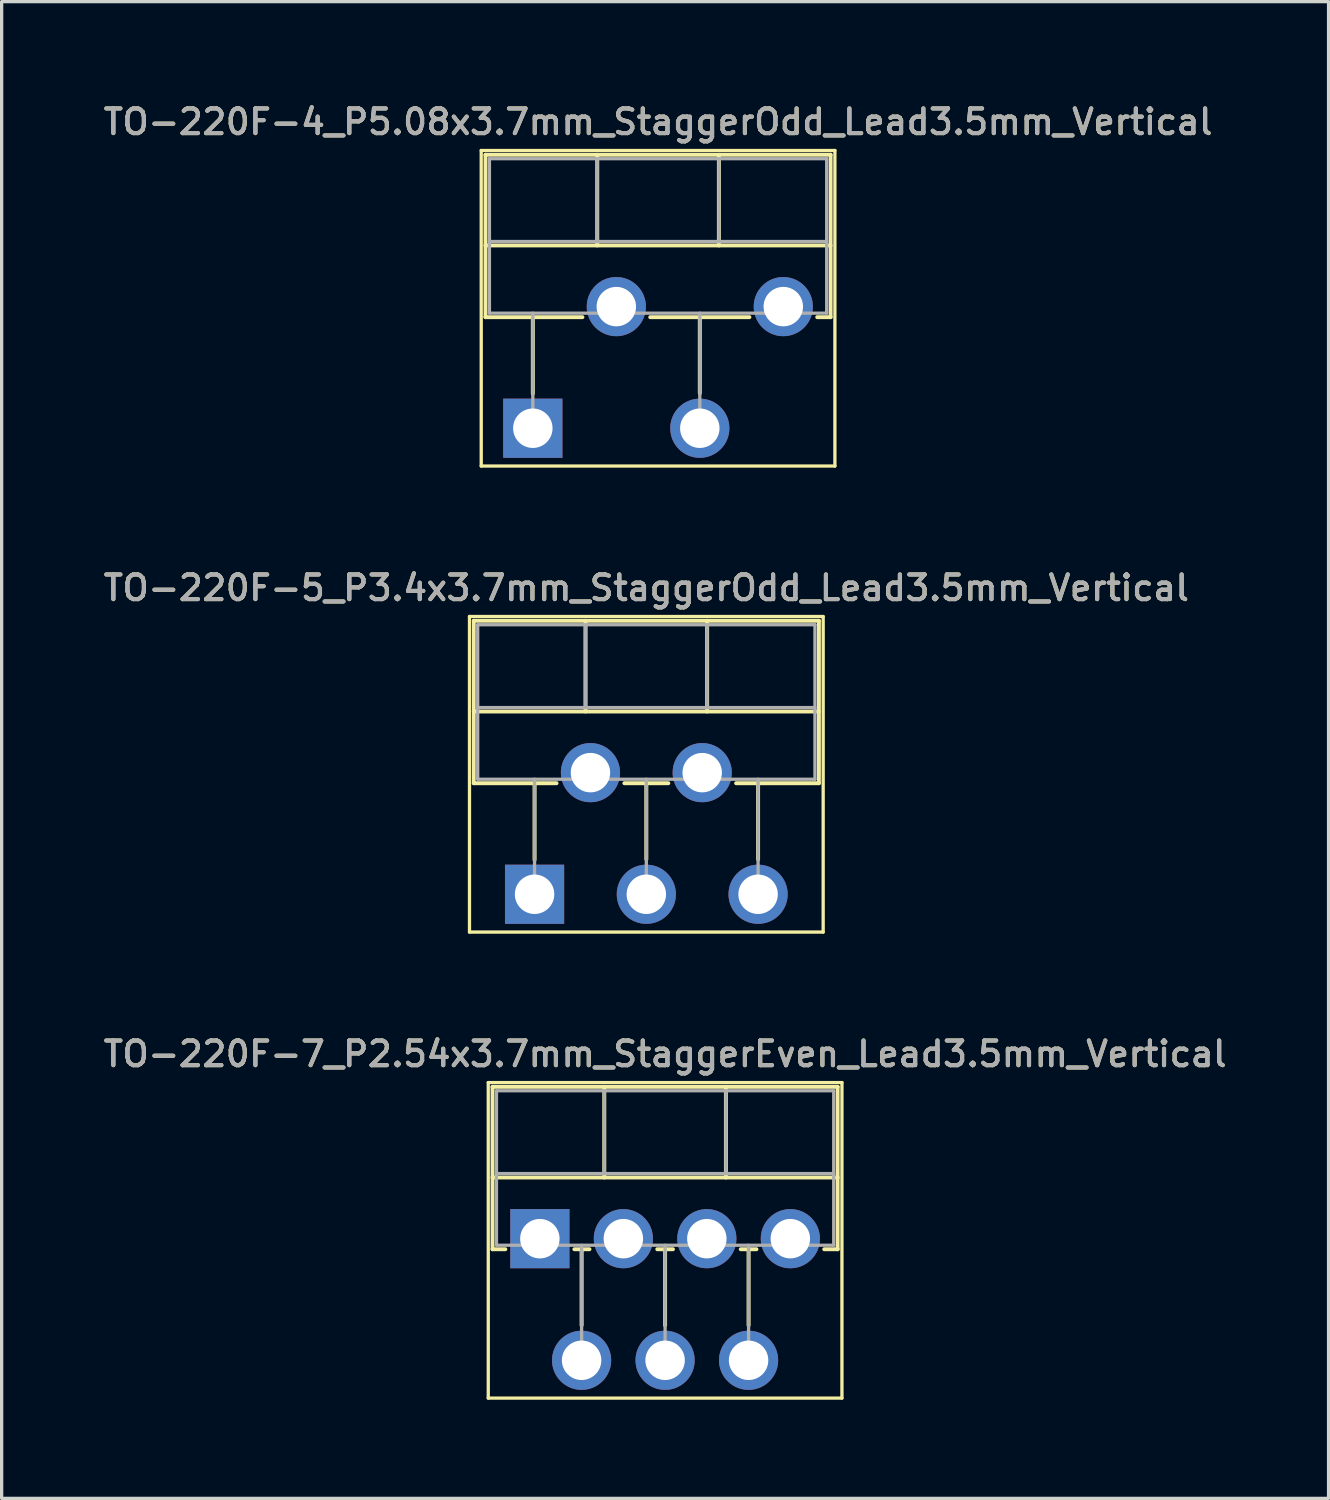
<source format=kicad_pcb>
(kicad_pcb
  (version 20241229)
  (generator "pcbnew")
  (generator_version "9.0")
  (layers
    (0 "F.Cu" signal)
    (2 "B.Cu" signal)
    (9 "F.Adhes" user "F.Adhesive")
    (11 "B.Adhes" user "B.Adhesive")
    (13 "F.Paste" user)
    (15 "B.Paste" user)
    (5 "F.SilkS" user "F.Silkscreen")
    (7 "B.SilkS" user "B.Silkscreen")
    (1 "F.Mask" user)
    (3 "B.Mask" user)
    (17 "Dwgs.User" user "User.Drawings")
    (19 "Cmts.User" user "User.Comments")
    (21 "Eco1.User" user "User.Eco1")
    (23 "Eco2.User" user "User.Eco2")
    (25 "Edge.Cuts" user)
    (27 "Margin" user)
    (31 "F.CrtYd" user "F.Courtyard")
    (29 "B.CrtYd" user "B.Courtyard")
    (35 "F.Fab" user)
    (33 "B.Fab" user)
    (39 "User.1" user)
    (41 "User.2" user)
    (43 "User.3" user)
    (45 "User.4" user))
  (footprint "TO-220F-5_P3.4x3.7mm_StaggerOdd_Lead3.5mm_Vertical"
    (layer "F.Cu")
    (at 13.213 24.156)
    (property "Reference" "TO-220F-5_P3.4x3.7mm_StaggerOdd_Lead3.5mm_Vertical" (at 3.4 -9.32 0) (layer "F.SilkS") (effects (font (size 0.75 0.75) (thickness 0.125))))
    (attr through_hole)
    (fp_line (start -1.98 -8.45) (end -1.98 1.15) (stroke (width 0.1) (type solid)) (layer "F.SilkS"))
    (fp_line (start -1.98 1.15) (end 8.78 1.15) (stroke (width 0.1) (type solid)) (layer "F.SilkS"))
    (fp_line (start -1.85 -8.32) (end -1.85 -3.379) (stroke (width 0.12) (type solid)) (layer "F.SilkS"))
    (fp_line (start -1.85 -8.32) (end 8.65 -8.32) (stroke (width 0.12) (type solid)) (layer "F.SilkS"))
    (fp_line (start -1.85 -5.561) (end 8.65 -5.561) (stroke (width 0.12) (type solid)) (layer "F.SilkS"))
    (fp_line (start -1.85 -3.379) (end 0.669 -3.379) (stroke (width 0.12) (type solid)) (layer "F.SilkS"))
    (fp_line (start 0 -3.379) (end 0 -1.049) (stroke (width 0.12) (type solid)) (layer "F.SilkS"))
    (fp_line (start 1.55 -8.32) (end 1.55 -5.561) (stroke (width 0.12) (type solid)) (layer "F.SilkS"))
    (fp_line (start 2.732 -3.379) (end 4.069 -3.379) (stroke (width 0.12) (type solid)) (layer "F.SilkS"))
    (fp_line (start 3.4 -3.379) (end 3.4 -1.065) (stroke (width 0.12) (type solid)) (layer "F.SilkS"))
    (fp_line (start 5.25 -8.32) (end 5.25 -5.561) (stroke (width 0.12) (type solid)) (layer "F.SilkS"))
    (fp_line (start 6.132 -3.379) (end 8.65 -3.379) (stroke (width 0.12) (type solid)) (layer "F.SilkS"))
    (fp_line (start 6.8 -3.379) (end 6.8 -1.065) (stroke (width 0.12) (type solid)) (layer "F.SilkS"))
    (fp_line (start 8.65 -8.32) (end 8.65 -3.379) (stroke (width 0.12) (type solid)) (layer "F.SilkS"))
    (fp_line (start 8.78 -8.45) (end -1.98 -8.45) (stroke (width 0.1) (type solid)) (layer "F.SilkS"))
    (fp_line (start 8.78 1.15) (end 8.78 -8.45) (stroke (width 0.1) (type solid)) (layer "F.SilkS"))
    (fp_line (start -1.73 -8.2) (end -1.73 -3.5) (stroke (width 0.1) (type solid)) (layer "F.Fab"))
    (fp_line (start -1.73 -5.68) (end 8.53 -5.68) (stroke (width 0.1) (type solid)) (layer "F.Fab"))
    (fp_line (start -1.73 -3.5) (end 8.53 -3.5) (stroke (width 0.1) (type solid)) (layer "F.Fab"))
    (fp_line (start 0 -3.5) (end 0 0) (stroke (width 0.1) (type solid)) (layer "F.Fab"))
    (fp_line (start 1.55 -8.2) (end 1.55 -5.68) (stroke (width 0.1) (type solid)) (layer "F.Fab"))
    (fp_line (start 3.4 -3.5) (end 3.4 0) (stroke (width 0.1) (type solid)) (layer "F.Fab"))
    (fp_line (start 5.25 -8.2) (end 5.25 -5.68) (stroke (width 0.1) (type solid)) (layer "F.Fab"))
    (fp_line (start 6.8 -3.5) (end 6.8 0) (stroke (width 0.1) (type solid)) (layer "F.Fab"))
    (fp_line (start 8.53 -8.2) (end -1.73 -8.2) (stroke (width 0.1) (type solid)) (layer "F.Fab"))
    (fp_line (start 8.53 -3.5) (end 8.53 -8.2) (stroke (width 0.1) (type solid)) (layer "F.Fab"))
    (fp_text user "${REFERENCE}" (at 3.4 -9.32 0) (layer "F.Fab") (effects (font (size 0.75 0.75) (thickness 0.125))))
    (pad "1" thru_hole rect (at 0 0) (size 1.8 1.8) (drill 1.2) (layers "*.Cu" "*.Mask"))
    (pad "2" thru_hole oval (at 1.7 -3.7) (size 1.8 1.8) (drill 1.2) (layers "*.Cu" "*.Mask"))
    (pad "3" thru_hole oval (at 3.4 0) (size 1.8 1.8) (drill 1.2) (layers "*.Cu" "*.Mask"))
    (pad "4" thru_hole oval (at 5.1 -3.7) (size 1.8 1.8) (drill 1.2) (layers "*.Cu" "*.Mask"))
    (pad "5" thru_hole oval (at 6.8 0) (size 1.8 1.8) (drill 1.2) (layers "*.Cu" "*.Mask")))
  (footprint "TO-220F-7_P2.54x3.7mm_StaggerEven_Lead3.5mm_Vertical"
    (layer "F.Cu")
    (at 13.374 34.634)
    (property "Reference" "TO-220F-7_P2.54x3.7mm_StaggerEven_Lead3.5mm_Vertical" (at 3.81 -5.62 0) (layer "F.SilkS") (effects (font (size 0.75 0.75) (thickness 0.125))))
    (attr through_hole)
    (fp_line (start -1.57 -4.75) (end -1.57 4.85) (stroke (width 0.1) (type solid)) (layer "F.SilkS"))
    (fp_line (start -1.57 4.85) (end 9.19 4.85) (stroke (width 0.1) (type solid)) (layer "F.SilkS"))
    (fp_line (start -1.44 -4.62) (end -1.44 0.321) (stroke (width 0.12) (type solid)) (layer "F.SilkS"))
    (fp_line (start -1.44 -4.62) (end 9.06 -4.62) (stroke (width 0.12) (type solid)) (layer "F.SilkS"))
    (fp_line (start -1.44 -1.861) (end 9.06 -1.861) (stroke (width 0.12) (type solid)) (layer "F.SilkS"))
    (fp_line (start -1.44 0.321) (end -1.05 0.321) (stroke (width 0.12) (type solid)) (layer "F.SilkS"))
    (fp_line (start 1.05 0.321) (end 1.509 0.321) (stroke (width 0.12) (type solid)) (layer "F.SilkS"))
    (fp_line (start 1.27 0.321) (end 1.27 2.635) (stroke (width 0.12) (type solid)) (layer "F.SilkS"))
    (fp_line (start 1.96 -4.62) (end 1.96 -1.861) (stroke (width 0.12) (type solid)) (layer "F.SilkS"))
    (fp_line (start 3.572 0.321) (end 4.049 0.321) (stroke (width 0.12) (type solid)) (layer "F.SilkS"))
    (fp_line (start 3.81 0.321) (end 3.81 2.635) (stroke (width 0.12) (type solid)) (layer "F.SilkS"))
    (fp_line (start 5.66 -4.62) (end 5.66 -1.861) (stroke (width 0.12) (type solid)) (layer "F.SilkS"))
    (fp_line (start 6.112 0.321) (end 6.589 0.321) (stroke (width 0.12) (type solid)) (layer "F.SilkS"))
    (fp_line (start 6.35 0.321) (end 6.35 2.635) (stroke (width 0.12) (type solid)) (layer "F.SilkS"))
    (fp_line (start 8.652 0.321) (end 9.06 0.321) (stroke (width 0.12) (type solid)) (layer "F.SilkS"))
    (fp_line (start 9.06 -4.62) (end 9.06 0.321) (stroke (width 0.12) (type solid)) (layer "F.SilkS"))
    (fp_line (start 9.19 -4.75) (end -1.57 -4.75) (stroke (width 0.1) (type solid)) (layer "F.SilkS"))
    (fp_line (start 9.19 4.85) (end 9.19 -4.75) (stroke (width 0.1) (type solid)) (layer "F.SilkS"))
    (fp_line (start -1.32 -4.5) (end -1.32 0.2) (stroke (width 0.1) (type solid)) (layer "F.Fab"))
    (fp_line (start -1.32 -1.98) (end 8.94 -1.98) (stroke (width 0.1) (type solid)) (layer "F.Fab"))
    (fp_line (start -1.32 0.2) (end 8.94 0.2) (stroke (width 0.1) (type solid)) (layer "F.Fab"))
    (fp_line (start 1.27 0.2) (end 1.27 3.7) (stroke (width 0.1) (type solid)) (layer "F.Fab"))
    (fp_line (start 1.96 -4.5) (end 1.96 -1.98) (stroke (width 0.1) (type solid)) (layer "F.Fab"))
    (fp_line (start 3.81 0.2) (end 3.81 3.7) (stroke (width 0.1) (type solid)) (layer "F.Fab"))
    (fp_line (start 5.66 -4.5) (end 5.66 -1.98) (stroke (width 0.1) (type solid)) (layer "F.Fab"))
    (fp_line (start 6.35 0.2) (end 6.35 3.7) (stroke (width 0.1) (type solid)) (layer "F.Fab"))
    (fp_line (start 8.94 -4.5) (end -1.32 -4.5) (stroke (width 0.1) (type solid)) (layer "F.Fab"))
    (fp_line (start 8.94 0.2) (end 8.94 -4.5) (stroke (width 0.1) (type solid)) (layer "F.Fab"))
    (fp_text user "${REFERENCE}" (at 3.81 -5.62 0) (layer "F.Fab") (effects (font (size 0.75 0.75) (thickness 0.125))))
    (pad "1" thru_hole rect (at 0 0) (size 1.8 1.8) (drill 1.2) (layers "*.Cu" "*.Mask"))
    (pad "2" thru_hole oval (at 1.27 3.7) (size 1.8 1.8) (drill 1.2) (layers "*.Cu" "*.Mask"))
    (pad "3" thru_hole oval (at 2.54 0) (size 1.8 1.8) (drill 1.2) (layers "*.Cu" "*.Mask"))
    (pad "4" thru_hole oval (at 3.81 3.7) (size 1.8 1.8) (drill 1.2) (layers "*.Cu" "*.Mask"))
    (pad "5" thru_hole oval (at 5.08 0) (size 1.8 1.8) (drill 1.2) (layers "*.Cu" "*.Mask"))
    (pad "6" thru_hole oval (at 6.35 3.7) (size 1.8 1.8) (drill 1.2) (layers "*.Cu" "*.Mask"))
    (pad "7" thru_hole oval (at 7.62 0) (size 1.8 1.8) (drill 1.2) (layers "*.Cu" "*.Mask")))
  (footprint "TO-220F-4_P5.08x3.7mm_StaggerOdd_Lead3.5mm_Vertical"
    (layer "F.Cu")
    (at 13.16 9.978)
    (property "Reference" "TO-220F-4_P5.08x3.7mm_StaggerOdd_Lead3.5mm_Vertical" (at 3.81 -9.32 0) (layer "F.SilkS") (effects (font (size 0.75 0.75) (thickness 0.125))))
    (attr through_hole)
    (fp_line (start -1.57 -8.45) (end -1.57 1.15) (stroke (width 0.1) (type solid)) (layer "F.SilkS"))
    (fp_line (start -1.57 1.15) (end 9.19 1.15) (stroke (width 0.1) (type solid)) (layer "F.SilkS"))
    (fp_line (start -1.44 -8.32) (end -1.44 -3.379) (stroke (width 0.12) (type solid)) (layer "F.SilkS"))
    (fp_line (start -1.44 -8.32) (end 9.06 -8.32) (stroke (width 0.12) (type solid)) (layer "F.SilkS"))
    (fp_line (start -1.44 -5.561) (end 9.06 -5.561) (stroke (width 0.12) (type solid)) (layer "F.SilkS"))
    (fp_line (start -1.44 -3.379) (end 1.509 -3.379) (stroke (width 0.12) (type solid)) (layer "F.SilkS"))
    (fp_line (start 0 -3.379) (end 0 -1.049) (stroke (width 0.12) (type solid)) (layer "F.SilkS"))
    (fp_line (start 1.96 -8.32) (end 1.96 -5.561) (stroke (width 0.12) (type solid)) (layer "F.SilkS"))
    (fp_line (start 3.572 -3.379) (end 6.589 -3.379) (stroke (width 0.12) (type solid)) (layer "F.SilkS"))
    (fp_line (start 5.08 -3.379) (end 5.08 -1.065) (stroke (width 0.12) (type solid)) (layer "F.SilkS"))
    (fp_line (start 5.66 -8.32) (end 5.66 -5.561) (stroke (width 0.12) (type solid)) (layer "F.SilkS"))
    (fp_line (start 8.652 -3.379) (end 9.06 -3.379) (stroke (width 0.12) (type solid)) (layer "F.SilkS"))
    (fp_line (start 9.06 -8.32) (end 9.06 -3.379) (stroke (width 0.12) (type solid)) (layer "F.SilkS"))
    (fp_line (start 9.19 -8.45) (end -1.57 -8.45) (stroke (width 0.1) (type solid)) (layer "F.SilkS"))
    (fp_line (start 9.19 1.15) (end 9.19 -8.45) (stroke (width 0.1) (type solid)) (layer "F.SilkS"))
    (fp_line (start -1.32 -8.2) (end -1.32 -3.5) (stroke (width 0.1) (type solid)) (layer "F.Fab"))
    (fp_line (start -1.32 -5.68) (end 8.94 -5.68) (stroke (width 0.1) (type solid)) (layer "F.Fab"))
    (fp_line (start -1.32 -3.5) (end 8.94 -3.5) (stroke (width 0.1) (type solid)) (layer "F.Fab"))
    (fp_line (start 0 -3.5) (end 0 0) (stroke (width 0.1) (type solid)) (layer "F.Fab"))
    (fp_line (start 1.96 -8.2) (end 1.96 -5.68) (stroke (width 0.1) (type solid)) (layer "F.Fab"))
    (fp_line (start 5.08 -3.5) (end 5.08 0) (stroke (width 0.1) (type solid)) (layer "F.Fab"))
    (fp_line (start 5.66 -8.2) (end 5.66 -5.68) (stroke (width 0.1) (type solid)) (layer "F.Fab"))
    (fp_line (start 8.94 -8.2) (end -1.32 -8.2) (stroke (width 0.1) (type solid)) (layer "F.Fab"))
    (fp_line (start 8.94 -3.5) (end 8.94 -8.2) (stroke (width 0.1) (type solid)) (layer "F.Fab"))
    (fp_text user "${REFERENCE}" (at 3.81 -9.32 0) (layer "F.Fab") (effects (font (size 0.75 0.75) (thickness 0.125))))
    (pad "1" thru_hole rect (at 0 0) (size 1.8 1.8) (drill 1.2) (layers "*.Cu" "*.Mask"))
    (pad "2" thru_hole oval (at 2.54 -3.7) (size 1.8 1.8) (drill 1.2) (layers "*.Cu" "*.Mask"))
    (pad "3" thru_hole oval (at 5.08 0) (size 1.8 1.8) (drill 1.2) (layers "*.Cu" "*.Mask"))
    (pad "4" thru_hole oval (at 7.62 -3.7) (size 1.8 1.8) (drill 1.2) (layers "*.Cu" "*.Mask")))
  (gr_rect
    (start -3 -3)
    (end 37.368 42.534)
    (stroke (width 0.1) (type default))
    (fill no)
    (layer "Edge.Cuts")))
</source>
